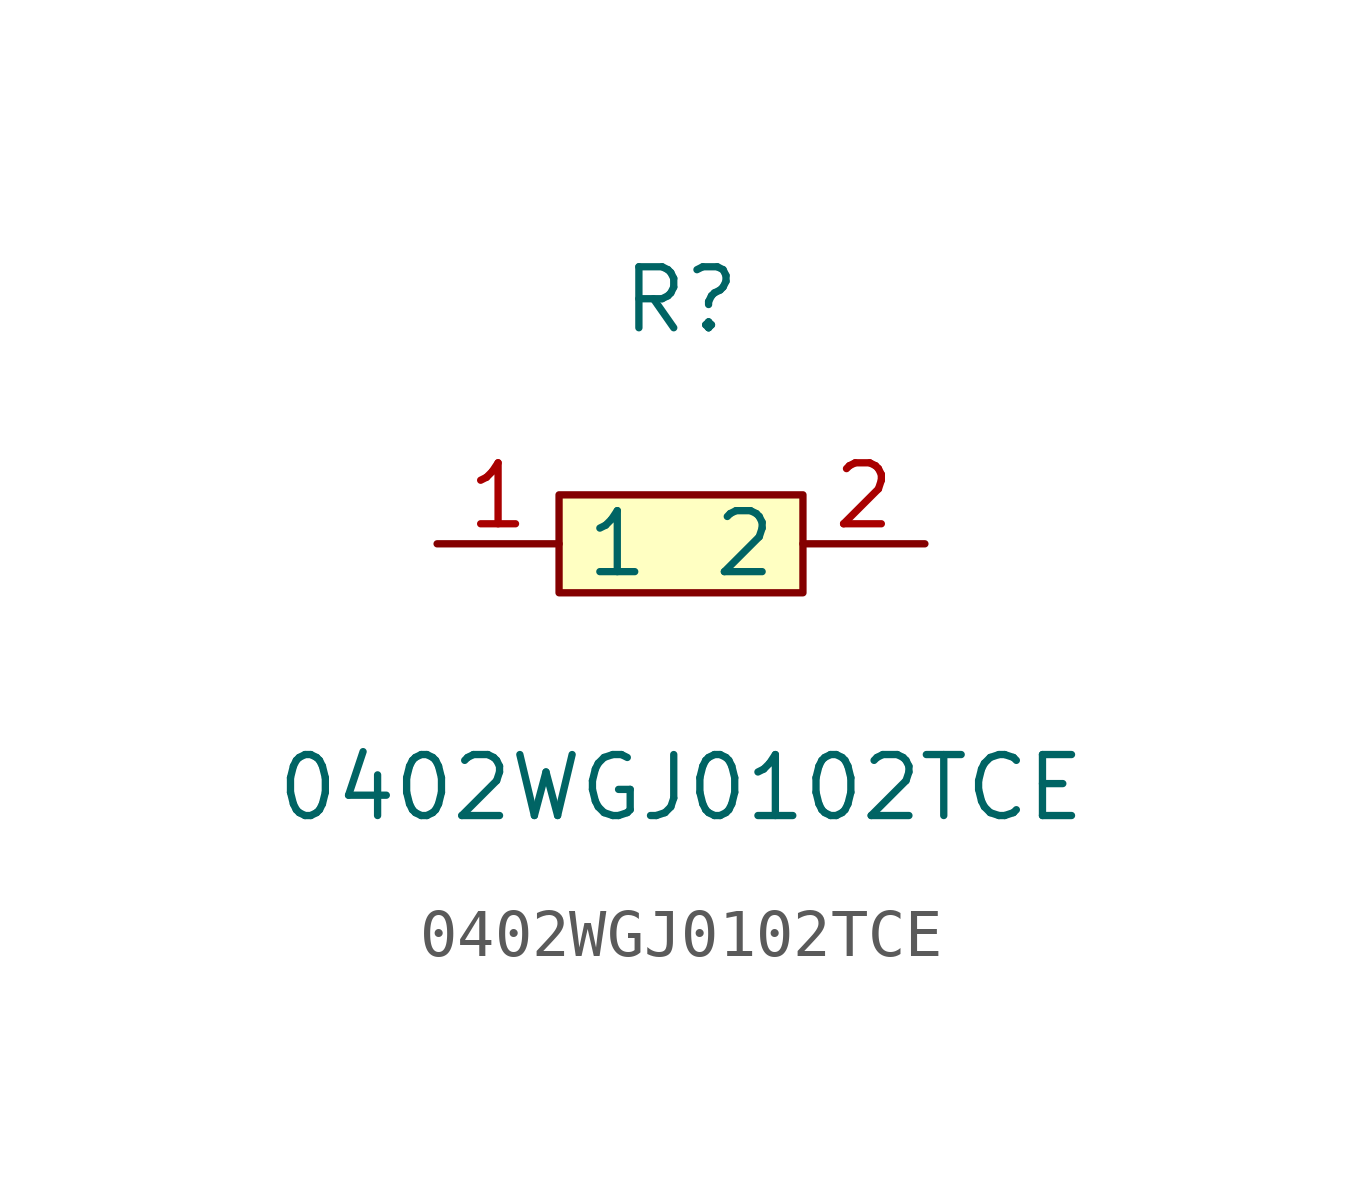
<source format=kicad_sym>
(kicad_symbol_lib
  (version 20211014)
  (generator https://github.com/uPesy/easyeda2kicad.py)
  (symbol "0402WGJ0102TCE"
    (property "Reference" "R"
      (at 0 5.08 0)
      (effects (font (size 1.27 1.27))))
    (property "Value" "0402WGJ0102TCE"
      (at 0 -5.08 0)
      (effects (font (size 1.27 1.27))))
    (symbol "0402WGJ0102TCE_0_1"
      (rectangle (start -2.54 1.02) (end 2.54 -1.02) (stroke (width 0) (type default) (color 0 0 0 0)) (fill (type background)))
      (pin input line (at 5.08 -0.00 180) (length 2.54) (name "2" (effects (font (size 1.27 1.27)))) (number "2" (effects (font (size 1.27 1.27)))))
      (pin input line (at -5.08 -0.00 0) (length 2.54) (name "1" (effects (font (size 1.27 1.27)))) (number "1" (effects (font (size 1.27 1.27))))))))
</source>
